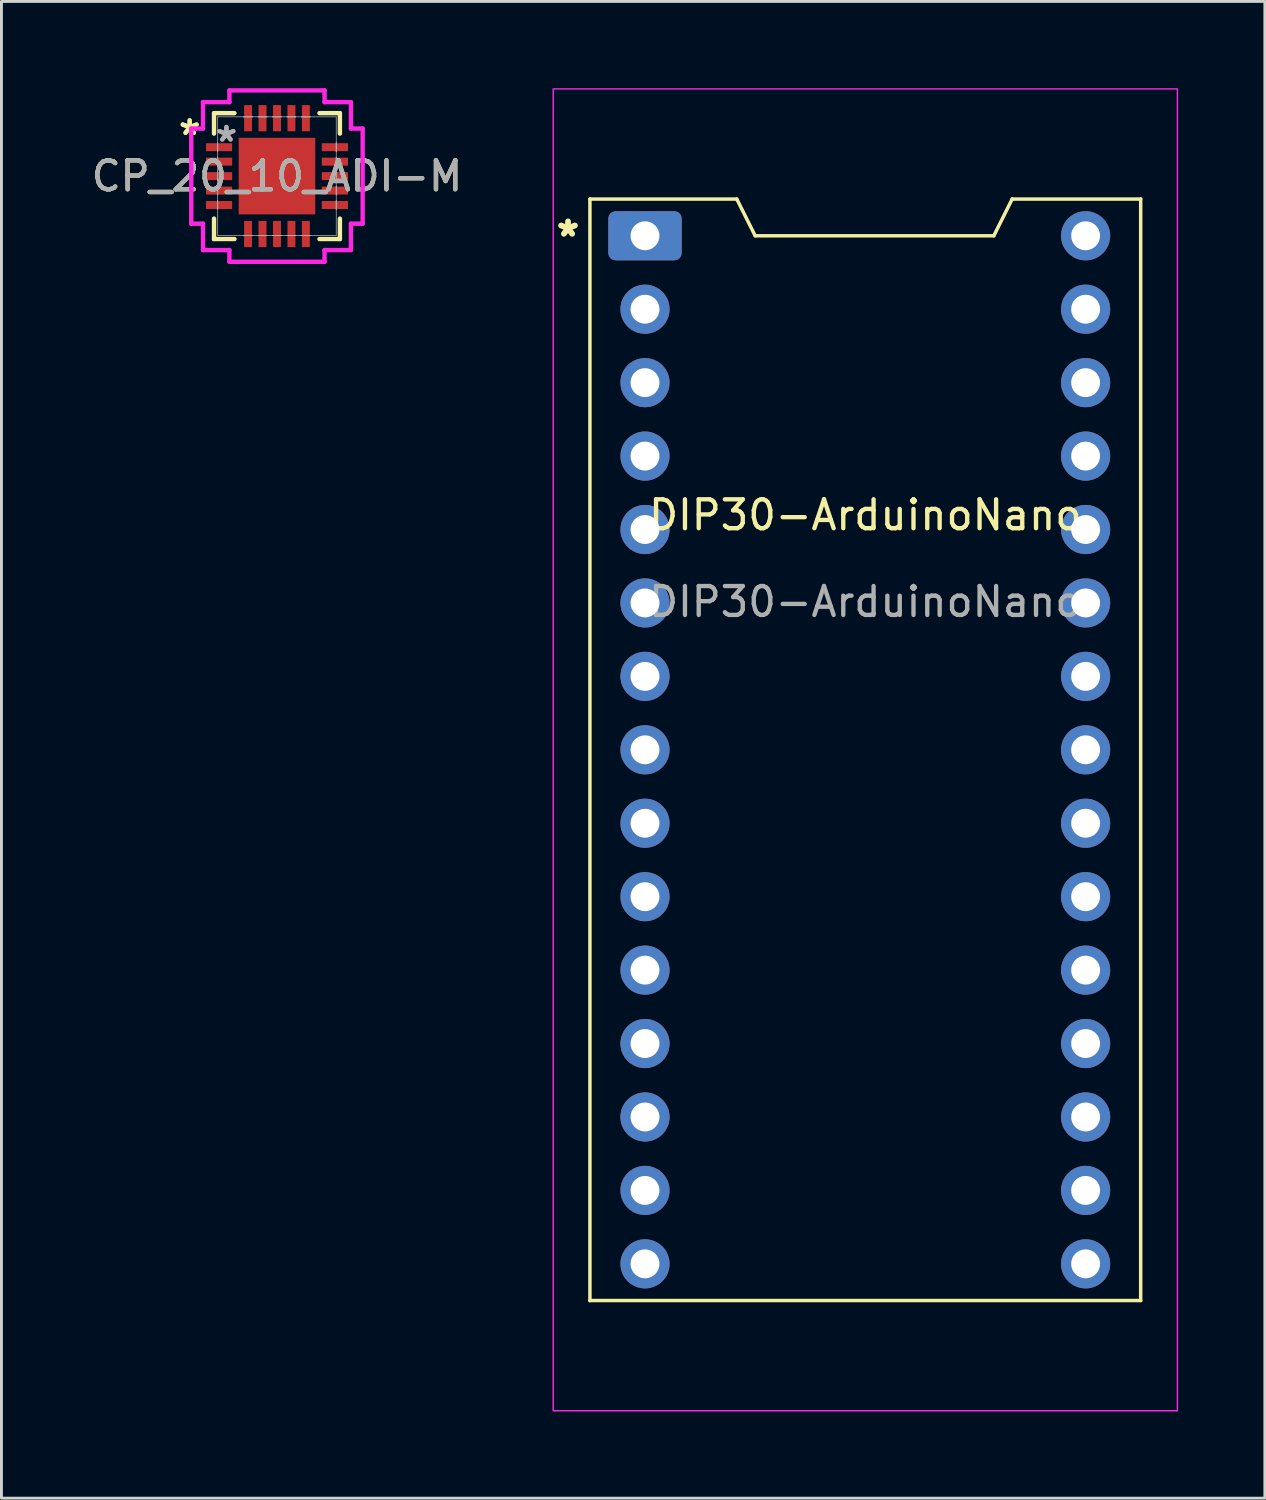
<source format=kicad_pcb>
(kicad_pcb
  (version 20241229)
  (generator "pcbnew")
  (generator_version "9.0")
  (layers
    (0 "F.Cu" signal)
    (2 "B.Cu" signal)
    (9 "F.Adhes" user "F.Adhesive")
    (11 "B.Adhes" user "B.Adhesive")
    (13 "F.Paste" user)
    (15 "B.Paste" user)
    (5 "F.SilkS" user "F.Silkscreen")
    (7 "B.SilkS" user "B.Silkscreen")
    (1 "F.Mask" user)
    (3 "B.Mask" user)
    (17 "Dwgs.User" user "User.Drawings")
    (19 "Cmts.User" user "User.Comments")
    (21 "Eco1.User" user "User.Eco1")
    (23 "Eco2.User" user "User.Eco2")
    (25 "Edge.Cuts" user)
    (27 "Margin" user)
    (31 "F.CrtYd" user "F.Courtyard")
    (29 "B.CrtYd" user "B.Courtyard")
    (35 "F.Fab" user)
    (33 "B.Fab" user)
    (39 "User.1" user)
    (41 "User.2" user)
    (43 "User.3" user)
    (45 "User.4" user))
  (footprint "DIP30-ArduinoNano"
    (layer "F.Cu")
    (at 26.88 15.265)
    (property "Reference" "DIP30-ArduinoNano" (at 0 -0.5 0) (unlocked yes) (layer "F.SilkS") (effects (font (size 1 1) (thickness 0.15))))
    (attr through_hole)
    (fp_line (start -9.525 -11.43) (end -9.525 26.67) (stroke (width 0.12) (type default)) (layer "F.SilkS"))
    (fp_line (start -9.525 -11.43) (end -4.445 -11.43) (stroke (width 0.12) (type default)) (layer "F.SilkS"))
    (fp_line (start -9.525 26.67) (end 9.525 26.67) (stroke (width 0.12) (type default)) (layer "F.SilkS"))
    (fp_line (start -4.445 -11.43) (end -3.81 -10.16) (stroke (width 0.12) (type default)) (layer "F.SilkS"))
    (fp_line (start 4.445 -10.16) (end -3.81 -10.16) (stroke (width 0.12) (type default)) (layer "F.SilkS"))
    (fp_line (start 5.08 -11.43) (end 4.445 -10.16) (stroke (width 0.12) (type default)) (layer "F.SilkS"))
    (fp_line (start 9.525 -11.43) (end 5.08 -11.43) (stroke (width 0.12) (type default)) (layer "F.SilkS"))
    (fp_line (start 9.525 26.67) (end 9.525 -11.43) (stroke (width 0.12) (type default)) (layer "F.SilkS"))
    (fp_rect (start -10.795 -15.24) (end 10.795 30.48) (stroke (width 0.05) (type default)) (fill no) (layer "F.CrtYd"))
    (fp_text user "*" (at -10.795 -9.525 0) (unlocked yes) (layer "F.SilkS") (effects (font (size 1 1) (thickness 0.2) (bold yes)) (justify left bottom)))
    (fp_text user "${REFERENCE}" (at 0 2.5 0) (unlocked yes) (layer "F.Fab") (effects (font (size 1 1) (thickness 0.15))))
    (pad "1" thru_hole roundrect (at -7.62 -10.16 180) (size 2.54 1.7) (drill 1) (layers "*.Cu" "*.Mask") (roundrect_rratio 0.15))
    (pad "2" thru_hole circle (at -7.62 -7.62 180) (size 1.7 1.7) (drill 1) (layers "*.Cu" "*.Mask"))
    (pad "3" thru_hole circle (at -7.62 -5.08 180) (size 1.7 1.7) (drill 1) (layers "*.Cu" "*.Mask"))
    (pad "4" thru_hole circle (at -7.62 -2.54 180) (size 1.7 1.7) (drill 1) (layers "*.Cu" "*.Mask"))
    (pad "5" thru_hole circle (at -7.62 0 180) (size 1.7 1.7) (drill 1) (layers "*.Cu" "*.Mask"))
    (pad "6" thru_hole circle (at -7.62 2.54 180) (size 1.7 1.7) (drill 1) (layers "*.Cu" "*.Mask"))
    (pad "7" thru_hole circle (at -7.62 5.08 180) (size 1.7 1.7) (drill 1) (layers "*.Cu" "*.Mask"))
    (pad "8" thru_hole circle (at -7.62 7.62 180) (size 1.7 1.7) (drill 1) (layers "*.Cu" "*.Mask"))
    (pad "9" thru_hole circle (at -7.62 10.16 180) (size 1.7 1.7) (drill 1) (layers "*.Cu" "*.Mask"))
    (pad "10" thru_hole circle (at -7.62 12.7 180) (size 1.7 1.7) (drill 1) (layers "*.Cu" "*.Mask"))
    (pad "11" thru_hole circle (at -7.62 15.24 180) (size 1.7 1.7) (drill 1) (layers "*.Cu" "*.Mask"))
    (pad "12" thru_hole circle (at -7.62 17.78 180) (size 1.7 1.7) (drill 1) (layers "*.Cu" "*.Mask"))
    (pad "13" thru_hole circle (at -7.62 20.32 180) (size 1.7 1.7) (drill 1) (layers "*.Cu" "*.Mask"))
    (pad "14" thru_hole circle (at -7.62 22.86 180) (size 1.7 1.7) (drill 1) (layers "*.Cu" "*.Mask"))
    (pad "15" thru_hole circle (at -7.62 25.4 180) (size 1.7 1.7) (drill 1) (layers "*.Cu" "*.Mask"))
    (pad "16" thru_hole circle (at 7.62 25.4 180) (size 1.7 1.7) (drill 1) (layers "*.Cu" "*.Mask"))
    (pad "17" thru_hole circle (at 7.62 22.86 180) (size 1.7 1.7) (drill 1) (layers "*.Cu" "*.Mask"))
    (pad "18" thru_hole circle (at 7.62 20.32 180) (size 1.7 1.7) (drill 1) (layers "*.Cu" "*.Mask"))
    (pad "19" thru_hole circle (at 7.62 17.78 180) (size 1.7 1.7) (drill 1) (layers "*.Cu" "*.Mask"))
    (pad "20" thru_hole circle (at 7.62 15.24 180) (size 1.7 1.7) (drill 1) (layers "*.Cu" "*.Mask"))
    (pad "21" thru_hole circle (at 7.62 12.7 180) (size 1.7 1.7) (drill 1) (layers "*.Cu" "*.Mask"))
    (pad "22" thru_hole circle (at 7.62 10.16 180) (size 1.7 1.7) (drill 1) (layers "*.Cu" "*.Mask"))
    (pad "23" thru_hole circle (at 7.62 7.62 180) (size 1.7 1.7) (drill 1) (layers "*.Cu" "*.Mask"))
    (pad "24" thru_hole circle (at 7.62 5.08 180) (size 1.7 1.7) (drill 1) (layers "*.Cu" "*.Mask"))
    (pad "25" thru_hole circle (at 7.62 2.54 180) (size 1.7 1.7) (drill 1) (layers "*.Cu" "*.Mask"))
    (pad "26" thru_hole circle (at 7.62 0 180) (size 1.7 1.7) (drill 1) (layers "*.Cu" "*.Mask"))
    (pad "27" thru_hole circle (at 7.62 -2.54 180) (size 1.7 1.7) (drill 1) (layers "*.Cu" "*.Mask"))
    (pad "28" thru_hole circle (at 7.62 -5.08 180) (size 1.7 1.7) (drill 1) (layers "*.Cu" "*.Mask"))
    (pad "29" thru_hole circle (at 7.62 -7.62 180) (size 1.7 1.7) (drill 1) (layers "*.Cu" "*.Mask"))
    (pad "30" thru_hole circle (at 7.62 -10.16 180) (size 1.7 1.7) (drill 1) (layers "*.Cu" "*.Mask")))
  (footprint "CP_20_10_ADI-M"
    (layer "F.Cu")
    (at 6.53 3.041)
    (property "Reference" "CP_20_10_ADI-M" (at 0 0 0) (unlocked yes) (layer "F.SilkS") (effects (font (size 1 1) (thickness 0.15))))
    (attr smd)
    (fp_line (start -2.177 -2.177) (end -2.177 -1.47) (stroke (width 0.152) (type solid)) (layer "F.SilkS"))
    (fp_line (start -2.177 1.47) (end -2.177 2.177) (stroke (width 0.152) (type solid)) (layer "F.SilkS"))
    (fp_line (start -2.177 2.177) (end -1.47 2.177) (stroke (width 0.152) (type solid)) (layer "F.SilkS"))
    (fp_line (start -1.47 -2.177) (end -2.177 -2.177) (stroke (width 0.152) (type solid)) (layer "F.SilkS"))
    (fp_line (start 1.47 2.177) (end 2.177 2.177) (stroke (width 0.152) (type solid)) (layer "F.SilkS"))
    (fp_line (start 2.177 -2.177) (end 1.47 -2.177) (stroke (width 0.152) (type solid)) (layer "F.SilkS"))
    (fp_line (start 2.177 -1.47) (end 2.177 -2.177) (stroke (width 0.152) (type solid)) (layer "F.SilkS"))
    (fp_line (start 2.177 2.177) (end 2.177 1.47) (stroke (width 0.152) (type solid)) (layer "F.SilkS"))
    (fp_poly (pts (xy -1.225 -1.225) (xy -1.225 -0.1) (xy -0.1 -0.1) (xy -0.1 -1.225)) (stroke (width 0) (type solid)) (fill yes) (layer "F.Paste"))
    (fp_poly (pts (xy -1.225 0.1) (xy -1.225 1.225) (xy -0.1 1.225) (xy -0.1 0.1)) (stroke (width 0) (type solid)) (fill yes) (layer "F.Paste"))
    (fp_poly (pts (xy 0.1 -1.225) (xy 0.1 -0.1) (xy 1.225 -0.1) (xy 1.225 -1.225)) (stroke (width 0) (type solid)) (fill yes) (layer "F.Paste"))
    (fp_poly (pts (xy 0.1 0.1) (xy 0.1 1.225) (xy 1.225 1.225) (xy 1.225 0.1)) (stroke (width 0) (type solid)) (fill yes) (layer "F.Paste"))
    (fp_line (start -2.964 -1.645) (end -2.558 -1.645) (stroke (width 0.152) (type solid)) (layer "F.CrtYd"))
    (fp_line (start -2.964 1.645) (end -2.964 -1.645) (stroke (width 0.152) (type solid)) (layer "F.CrtYd"))
    (fp_line (start -2.558 -2.558) (end -1.645 -2.558) (stroke (width 0.152) (type solid)) (layer "F.CrtYd"))
    (fp_line (start -2.558 -1.645) (end -2.558 -2.558) (stroke (width 0.152) (type solid)) (layer "F.CrtYd"))
    (fp_line (start -2.558 1.645) (end -2.964 1.645) (stroke (width 0.152) (type solid)) (layer "F.CrtYd"))
    (fp_line (start -2.558 2.558) (end -2.558 1.645) (stroke (width 0.152) (type solid)) (layer "F.CrtYd"))
    (fp_line (start -1.645 -2.964) (end 1.645 -2.964) (stroke (width 0.152) (type solid)) (layer "F.CrtYd"))
    (fp_line (start -1.645 -2.558) (end -1.645 -2.964) (stroke (width 0.152) (type solid)) (layer "F.CrtYd"))
    (fp_line (start -1.645 2.558) (end -2.558 2.558) (stroke (width 0.152) (type solid)) (layer "F.CrtYd"))
    (fp_line (start -1.645 2.964) (end -1.645 2.558) (stroke (width 0.152) (type solid)) (layer "F.CrtYd"))
    (fp_line (start 1.645 -2.964) (end 1.645 -2.558) (stroke (width 0.152) (type solid)) (layer "F.CrtYd"))
    (fp_line (start 1.645 -2.558) (end 2.558 -2.558) (stroke (width 0.152) (type solid)) (layer "F.CrtYd"))
    (fp_line (start 1.645 2.558) (end 1.645 2.964) (stroke (width 0.152) (type solid)) (layer "F.CrtYd"))
    (fp_line (start 1.645 2.964) (end -1.645 2.964) (stroke (width 0.152) (type solid)) (layer "F.CrtYd"))
    (fp_line (start 2.558 -2.558) (end 2.558 -1.645) (stroke (width 0.152) (type solid)) (layer "F.CrtYd"))
    (fp_line (start 2.558 -1.645) (end 2.964 -1.645) (stroke (width 0.152) (type solid)) (layer "F.CrtYd"))
    (fp_line (start 2.558 1.645) (end 2.558 2.558) (stroke (width 0.152) (type solid)) (layer "F.CrtYd"))
    (fp_line (start 2.558 2.558) (end 1.645 2.558) (stroke (width 0.152) (type solid)) (layer "F.CrtYd"))
    (fp_line (start 2.964 -1.645) (end 2.964 1.645) (stroke (width 0.152) (type solid)) (layer "F.CrtYd"))
    (fp_line (start 2.964 1.645) (end 2.558 1.645) (stroke (width 0.152) (type solid)) (layer "F.CrtYd"))
    (fp_line (start -2.05 -2.05) (end -2.05 2.05) (stroke (width 0.025) (type solid)) (layer "F.Fab"))
    (fp_line (start -2.05 -1.15) (end -2.05 -1.15) (stroke (width 0.025) (type solid)) (layer "F.Fab"))
    (fp_line (start -2.05 -1.15) (end -2.05 -0.85) (stroke (width 0.025) (type solid)) (layer "F.Fab"))
    (fp_line (start -2.05 -0.85) (end -2.05 -1.15) (stroke (width 0.025) (type solid)) (layer "F.Fab"))
    (fp_line (start -2.05 -0.85) (end -2.05 -0.85) (stroke (width 0.025) (type solid)) (layer "F.Fab"))
    (fp_line (start -2.05 -0.65) (end -2.05 -0.65) (stroke (width 0.025) (type solid)) (layer "F.Fab"))
    (fp_line (start -2.05 -0.65) (end -2.05 -0.35) (stroke (width 0.025) (type solid)) (layer "F.Fab"))
    (fp_line (start -2.05 -0.35) (end -2.05 -0.65) (stroke (width 0.025) (type solid)) (layer "F.Fab"))
    (fp_line (start -2.05 -0.35) (end -2.05 -0.35) (stroke (width 0.025) (type solid)) (layer "F.Fab"))
    (fp_line (start -2.05 -0.15) (end -2.05 -0.15) (stroke (width 0.025) (type solid)) (layer "F.Fab"))
    (fp_line (start -2.05 -0.15) (end -2.05 0.15) (stroke (width 0.025) (type solid)) (layer "F.Fab"))
    (fp_line (start -2.05 0.15) (end -2.05 -0.15) (stroke (width 0.025) (type solid)) (layer "F.Fab"))
    (fp_line (start -2.05 0.15) (end -2.05 0.15) (stroke (width 0.025) (type solid)) (layer "F.Fab"))
    (fp_line (start -2.05 0.35) (end -2.05 0.35) (stroke (width 0.025) (type solid)) (layer "F.Fab"))
    (fp_line (start -2.05 0.35) (end -2.05 0.65) (stroke (width 0.025) (type solid)) (layer "F.Fab"))
    (fp_line (start -2.05 0.65) (end -2.05 0.35) (stroke (width 0.025) (type solid)) (layer "F.Fab"))
    (fp_line (start -2.05 0.65) (end -2.05 0.65) (stroke (width 0.025) (type solid)) (layer "F.Fab"))
    (fp_line (start -2.05 0.85) (end -2.05 0.85) (stroke (width 0.025) (type solid)) (layer "F.Fab"))
    (fp_line (start -2.05 0.85) (end -2.05 1.15) (stroke (width 0.025) (type solid)) (layer "F.Fab"))
    (fp_line (start -2.05 1.15) (end -2.05 0.85) (stroke (width 0.025) (type solid)) (layer "F.Fab"))
    (fp_line (start -2.05 1.15) (end -2.05 1.15) (stroke (width 0.025) (type solid)) (layer "F.Fab"))
    (fp_line (start -2.05 2.05) (end 2.05 2.05) (stroke (width 0.025) (type solid)) (layer "F.Fab"))
    (fp_line (start -1.15 -2.05) (end -1.15 -2.05) (stroke (width 0.025) (type solid)) (layer "F.Fab"))
    (fp_line (start -1.15 -2.05) (end -0.85 -2.05) (stroke (width 0.025) (type solid)) (layer "F.Fab"))
    (fp_line (start -1.15 2.05) (end -1.15 2.05) (stroke (width 0.025) (type solid)) (layer "F.Fab"))
    (fp_line (start -1.15 2.05) (end -0.85 2.05) (stroke (width 0.025) (type solid)) (layer "F.Fab"))
    (fp_line (start -0.85 -2.05) (end -1.15 -2.05) (stroke (width 0.025) (type solid)) (layer "F.Fab"))
    (fp_line (start -0.85 -2.05) (end -0.85 -2.05) (stroke (width 0.025) (type solid)) (layer "F.Fab"))
    (fp_line (start -0.85 2.05) (end -1.15 2.05) (stroke (width 0.025) (type solid)) (layer "F.Fab"))
    (fp_line (start -0.85 2.05) (end -0.85 2.05) (stroke (width 0.025) (type solid)) (layer "F.Fab"))
    (fp_line (start -0.65 -2.05) (end -0.65 -2.05) (stroke (width 0.025) (type solid)) (layer "F.Fab"))
    (fp_line (start -0.65 -2.05) (end -0.35 -2.05) (stroke (width 0.025) (type solid)) (layer "F.Fab"))
    (fp_line (start -0.65 2.05) (end -0.65 2.05) (stroke (width 0.025) (type solid)) (layer "F.Fab"))
    (fp_line (start -0.65 2.05) (end -0.35 2.05) (stroke (width 0.025) (type solid)) (layer "F.Fab"))
    (fp_line (start -0.35 -2.05) (end -0.65 -2.05) (stroke (width 0.025) (type solid)) (layer "F.Fab"))
    (fp_line (start -0.35 -2.05) (end -0.35 -2.05) (stroke (width 0.025) (type solid)) (layer "F.Fab"))
    (fp_line (start -0.35 2.05) (end -0.65 2.05) (stroke (width 0.025) (type solid)) (layer "F.Fab"))
    (fp_line (start -0.35 2.05) (end -0.35 2.05) (stroke (width 0.025) (type solid)) (layer "F.Fab"))
    (fp_line (start -0.15 -2.05) (end -0.15 -2.05) (stroke (width 0.025) (type solid)) (layer "F.Fab"))
    (fp_line (start -0.15 -2.05) (end 0.15 -2.05) (stroke (width 0.025) (type solid)) (layer "F.Fab"))
    (fp_line (start -0.15 2.05) (end -0.15 2.05) (stroke (width 0.025) (type solid)) (layer "F.Fab"))
    (fp_line (start -0.15 2.05) (end 0.15 2.05) (stroke (width 0.025) (type solid)) (layer "F.Fab"))
    (fp_line (start 0.15 -2.05) (end -0.15 -2.05) (stroke (width 0.025) (type solid)) (layer "F.Fab"))
    (fp_line (start 0.15 -2.05) (end 0.15 -2.05) (stroke (width 0.025) (type solid)) (layer "F.Fab"))
    (fp_line (start 0.15 2.05) (end -0.15 2.05) (stroke (width 0.025) (type solid)) (layer "F.Fab"))
    (fp_line (start 0.15 2.05) (end 0.15 2.05) (stroke (width 0.025) (type solid)) (layer "F.Fab"))
    (fp_line (start 0.35 -2.05) (end 0.35 -2.05) (stroke (width 0.025) (type solid)) (layer "F.Fab"))
    (fp_line (start 0.35 -2.05) (end 0.65 -2.05) (stroke (width 0.025) (type solid)) (layer "F.Fab"))
    (fp_line (start 0.35 2.05) (end 0.35 2.05) (stroke (width 0.025) (type solid)) (layer "F.Fab"))
    (fp_line (start 0.35 2.05) (end 0.65 2.05) (stroke (width 0.025) (type solid)) (layer "F.Fab"))
    (fp_line (start 0.65 -2.05) (end 0.35 -2.05) (stroke (width 0.025) (type solid)) (layer "F.Fab"))
    (fp_line (start 0.65 -2.05) (end 0.65 -2.05) (stroke (width 0.025) (type solid)) (layer "F.Fab"))
    (fp_line (start 0.65 2.05) (end 0.35 2.05) (stroke (width 0.025) (type solid)) (layer "F.Fab"))
    (fp_line (start 0.65 2.05) (end 0.65 2.05) (stroke (width 0.025) (type solid)) (layer "F.Fab"))
    (fp_line (start 0.85 -2.05) (end 0.85 -2.05) (stroke (width 0.025) (type solid)) (layer "F.Fab"))
    (fp_line (start 0.85 -2.05) (end 1.15 -2.05) (stroke (width 0.025) (type solid)) (layer "F.Fab"))
    (fp_line (start 0.85 2.05) (end 0.85 2.05) (stroke (width 0.025) (type solid)) (layer "F.Fab"))
    (fp_line (start 0.85 2.05) (end 1.15 2.05) (stroke (width 0.025) (type solid)) (layer "F.Fab"))
    (fp_line (start 1.15 -2.05) (end 0.85 -2.05) (stroke (width 0.025) (type solid)) (layer "F.Fab"))
    (fp_line (start 1.15 -2.05) (end 1.15 -2.05) (stroke (width 0.025) (type solid)) (layer "F.Fab"))
    (fp_line (start 1.15 2.05) (end 0.85 2.05) (stroke (width 0.025) (type solid)) (layer "F.Fab"))
    (fp_line (start 1.15 2.05) (end 1.15 2.05) (stroke (width 0.025) (type solid)) (layer "F.Fab"))
    (fp_line (start 2.05 -2.05) (end -2.05 -2.05) (stroke (width 0.025) (type solid)) (layer "F.Fab"))
    (fp_line (start 2.05 -1.15) (end 2.05 -1.15) (stroke (width 0.025) (type solid)) (layer "F.Fab"))
    (fp_line (start 2.05 -1.15) (end 2.05 -0.85) (stroke (width 0.025) (type solid)) (layer "F.Fab"))
    (fp_line (start 2.05 -0.85) (end 2.05 -1.15) (stroke (width 0.025) (type solid)) (layer "F.Fab"))
    (fp_line (start 2.05 -0.85) (end 2.05 -0.85) (stroke (width 0.025) (type solid)) (layer "F.Fab"))
    (fp_line (start 2.05 -0.65) (end 2.05 -0.65) (stroke (width 0.025) (type solid)) (layer "F.Fab"))
    (fp_line (start 2.05 -0.65) (end 2.05 -0.35) (stroke (width 0.025) (type solid)) (layer "F.Fab"))
    (fp_line (start 2.05 -0.35) (end 2.05 -0.65) (stroke (width 0.025) (type solid)) (layer "F.Fab"))
    (fp_line (start 2.05 -0.35) (end 2.05 -0.35) (stroke (width 0.025) (type solid)) (layer "F.Fab"))
    (fp_line (start 2.05 -0.15) (end 2.05 -0.15) (stroke (width 0.025) (type solid)) (layer "F.Fab"))
    (fp_line (start 2.05 -0.15) (end 2.05 0.15) (stroke (width 0.025) (type solid)) (layer "F.Fab"))
    (fp_line (start 2.05 0.15) (end 2.05 -0.15) (stroke (width 0.025) (type solid)) (layer "F.Fab"))
    (fp_line (start 2.05 0.15) (end 2.05 0.15) (stroke (width 0.025) (type solid)) (layer "F.Fab"))
    (fp_line (start 2.05 0.35) (end 2.05 0.35) (stroke (width 0.025) (type solid)) (layer "F.Fab"))
    (fp_line (start 2.05 0.35) (end 2.05 0.65) (stroke (width 0.025) (type solid)) (layer "F.Fab"))
    (fp_line (start 2.05 0.65) (end 2.05 0.35) (stroke (width 0.025) (type solid)) (layer "F.Fab"))
    (fp_line (start 2.05 0.65) (end 2.05 0.65) (stroke (width 0.025) (type solid)) (layer "F.Fab"))
    (fp_line (start 2.05 0.85) (end 2.05 0.85) (stroke (width 0.025) (type solid)) (layer "F.Fab"))
    (fp_line (start 2.05 0.85) (end 2.05 1.15) (stroke (width 0.025) (type solid)) (layer "F.Fab"))
    (fp_line (start 2.05 1.15) (end 2.05 0.85) (stroke (width 0.025) (type solid)) (layer "F.Fab"))
    (fp_line (start 2.05 1.15) (end 2.05 1.15) (stroke (width 0.025) (type solid)) (layer "F.Fab"))
    (fp_line (start 2.05 2.05) (end 2.05 -2.05) (stroke (width 0.025) (type solid)) (layer "F.Fab"))
    (fp_text user "*" (at -3.019 -1.381 0) (unlocked yes) (layer "F.SilkS") (effects (font (size 1 1) (thickness 0.15))))
    (fp_text user "*" (at -3.019 -1.381 0) (layer "F.SilkS") (effects (font (size 1 1) (thickness 0.15))))
    (fp_text user "*" (at -1.749 -1.152 0) (unlocked yes) (layer "F.Fab") (effects (font (size 1 1) (thickness 0.15))))
    (fp_text user "${REFERENCE}" (at 0 0 0) (unlocked yes) (layer "F.Fab") (effects (font (size 1 1) (thickness 0.15))))
    (fp_text user "*" (at -1.749 -1.152 0) (layer "F.Fab") (effects (font (size 1 1) (thickness 0.15))))
    (pad "1" smd rect (at 1 -2.003) (size 0.275 0.906) (layers "F.Cu" "F.Mask" "F.Paste"))
    (pad "2" smd rect (at 0.5 -2.003) (size 0.275 0.906) (layers "F.Cu" "F.Mask" "F.Paste"))
    (pad "3" smd rect (at 0 -2.003) (size 0.275 0.906) (layers "F.Cu" "F.Mask" "F.Paste"))
    (pad "4" smd rect (at -0.5 -2.003) (size 0.275 0.906) (layers "F.Cu" "F.Mask" "F.Paste"))
    (pad "5" smd rect (at -1 -2.003) (size 0.275 0.906) (layers "F.Cu" "F.Mask" "F.Paste"))
    (pad "6" smd rect (at -2.003 -1 90) (size 0.275 0.906) (layers "F.Cu" "F.Mask" "F.Paste"))
    (pad "7" smd rect (at -2.003 -0.5 90) (size 0.275 0.906) (layers "F.Cu" "F.Mask" "F.Paste"))
    (pad "8" smd rect (at -2.003 0 90) (size 0.275 0.906) (layers "F.Cu" "F.Mask" "F.Paste"))
    (pad "9" smd rect (at -2.003 0.5 90) (size 0.275 0.906) (layers "F.Cu" "F.Mask" "F.Paste"))
    (pad "10" smd rect (at -2.003 1 90) (size 0.275 0.906) (layers "F.Cu" "F.Mask" "F.Paste"))
    (pad "11" smd rect (at -1 2.003) (size 0.275 0.906) (layers "F.Cu" "F.Mask" "F.Paste"))
    (pad "12" smd rect (at -0.5 2.003) (size 0.275 0.906) (layers "F.Cu" "F.Mask" "F.Paste"))
    (pad "13" smd rect (at 0 2.003) (size 0.275 0.906) (layers "F.Cu" "F.Mask" "F.Paste"))
    (pad "14" smd rect (at 0.5 2.003) (size 0.275 0.906) (layers "F.Cu" "F.Mask" "F.Paste"))
    (pad "15" smd rect (at 1 2.003) (size 0.275 0.906) (layers "F.Cu" "F.Mask" "F.Paste"))
    (pad "16" smd rect (at 2.003 1 90) (size 0.275 0.906) (layers "F.Cu" "F.Mask" "F.Paste"))
    (pad "17" smd rect (at 2.003 0.5 90) (size 0.275 0.906) (layers "F.Cu" "F.Mask" "F.Paste"))
    (pad "18" smd rect (at 2.003 0 90) (size 0.275 0.906) (layers "F.Cu" "F.Mask" "F.Paste"))
    (pad "19" smd rect (at 2.003 -0.5 90) (size 0.275 0.906) (layers "F.Cu" "F.Mask" "F.Paste"))
    (pad "20" smd rect (at 2.003 -1 90) (size 0.275 0.906) (layers "F.Cu" "F.Mask" "F.Paste"))
    (pad "HTAB" smd rect (at 0 0) (size 2.65 2.65) (layers "F.Cu" "F.Mask" "F.Paste")))
  (gr_rect
    (start -3 -3)
    (end 40.7 48.77)
    (stroke (width 0.1) (type default))
    (fill no)
    (layer "Edge.Cuts")))
</source>
